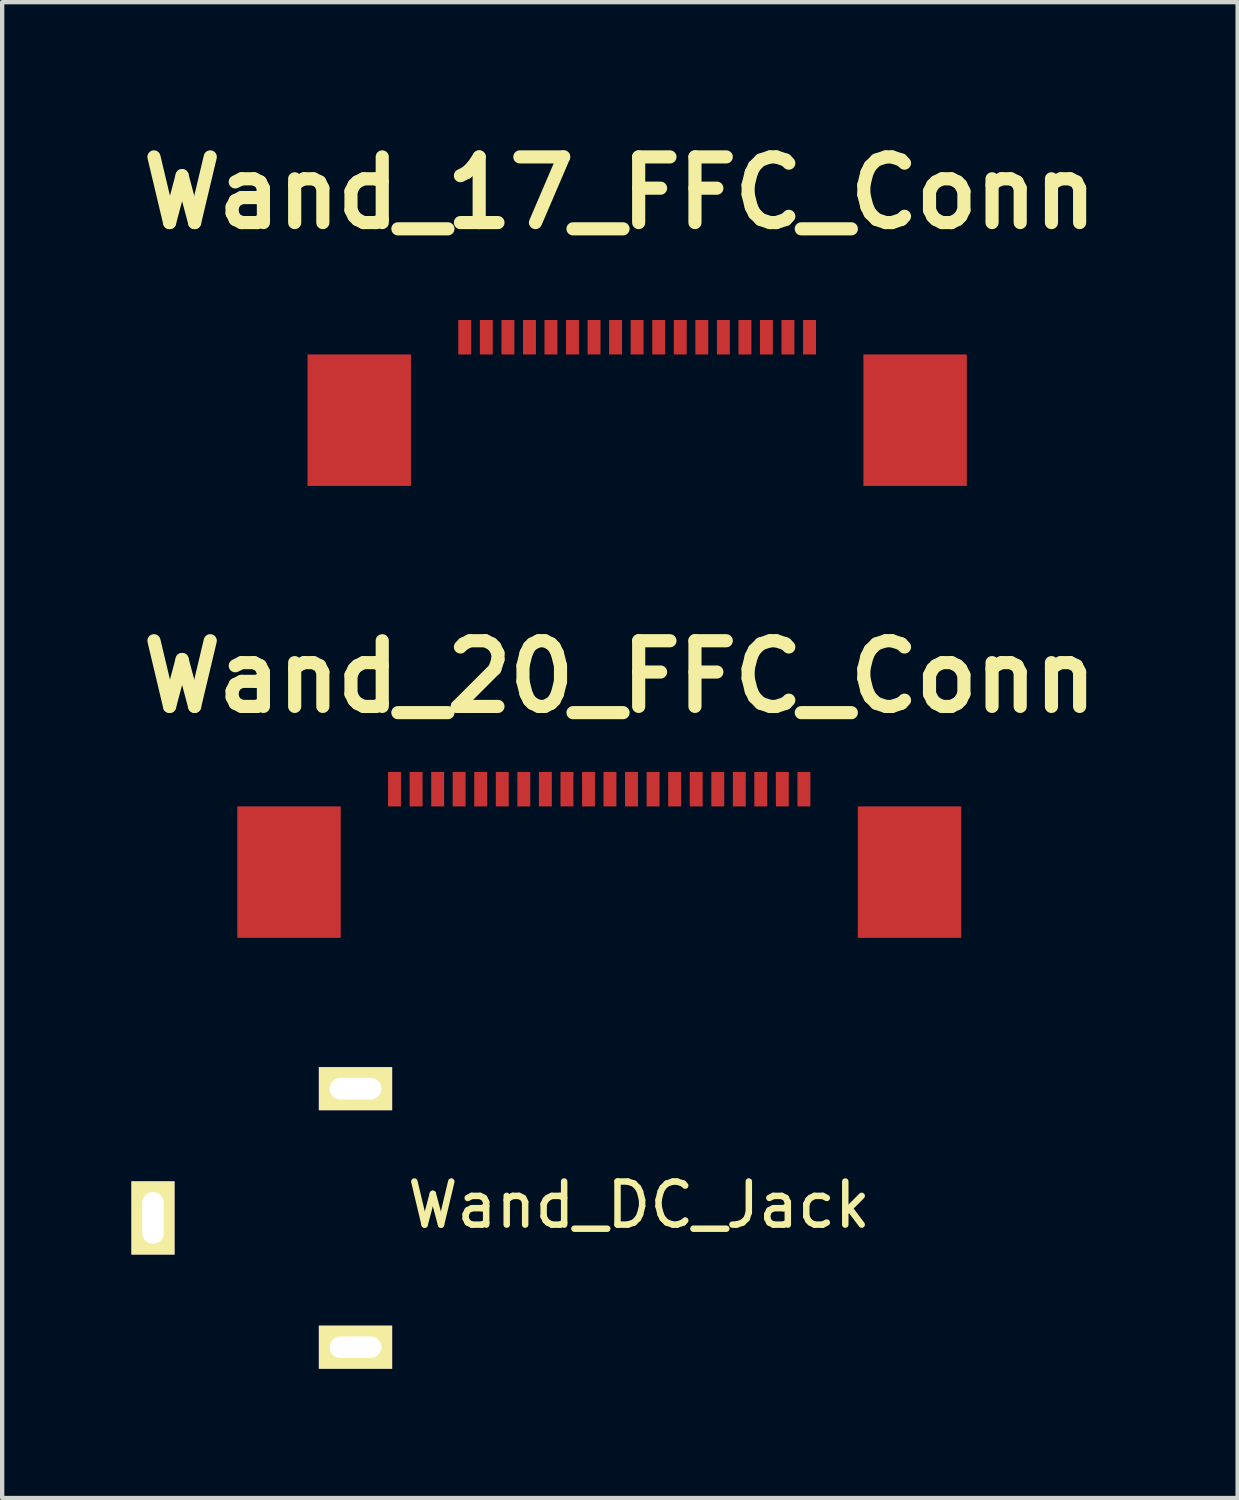
<source format=kicad_pcb>
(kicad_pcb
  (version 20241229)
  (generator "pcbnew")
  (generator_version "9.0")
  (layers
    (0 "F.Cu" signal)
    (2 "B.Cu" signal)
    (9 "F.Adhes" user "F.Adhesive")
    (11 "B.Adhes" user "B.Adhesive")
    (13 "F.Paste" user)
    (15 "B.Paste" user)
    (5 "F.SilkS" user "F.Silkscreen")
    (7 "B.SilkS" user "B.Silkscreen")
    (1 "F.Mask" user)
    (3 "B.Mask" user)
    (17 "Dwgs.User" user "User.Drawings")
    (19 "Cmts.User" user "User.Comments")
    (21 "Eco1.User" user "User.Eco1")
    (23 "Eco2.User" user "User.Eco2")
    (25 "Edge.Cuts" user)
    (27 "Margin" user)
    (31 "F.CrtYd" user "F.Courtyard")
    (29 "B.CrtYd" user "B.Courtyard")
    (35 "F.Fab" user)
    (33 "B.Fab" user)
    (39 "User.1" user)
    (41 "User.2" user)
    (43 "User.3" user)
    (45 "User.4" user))
  (footprint "Wand_17_FFC_Conn"
    (layer "F.Cu")
    (at 10.986 4.776)
    (property "Reference" "Wand_17_FFC_Conn" (at 0.35 -3.35 0) (layer "F.SilkS") (effects (font (size 1.524 1.524) (thickness 0.305))))
    (attr through_hole)
    (pad "" smd rect (at -5.699 1.925) (size 2.4 3.051) (layers "F.Cu" "F.Mask" "F.Paste"))
    (pad "" smd rect (at 7.201 1.925) (size 2.4 3.051) (layers "F.Cu" "F.Mask" "F.Paste"))
    (pad "1" smd rect (at 4.75 0) (size 0.3 0.8) (layers "F.Cu" "F.Mask" "F.Paste"))
    (pad "2" smd rect (at 4.249 0) (size 0.3 0.8) (layers "F.Cu" "F.Mask" "F.Paste"))
    (pad "3" smd rect (at 3.749 0) (size 0.3 0.8) (layers "F.Cu" "F.Mask" "F.Paste"))
    (pad "4" smd rect (at 3.251 0) (size 0.3 0.8) (layers "F.Cu" "F.Mask" "F.Paste"))
    (pad "5" smd rect (at 2.751 0) (size 0.3 0.8) (layers "F.Cu" "F.Mask" "F.Paste"))
    (pad "6" smd rect (at 2.25 0) (size 0.3 0.8) (layers "F.Cu" "F.Mask" "F.Paste"))
    (pad "7" smd rect (at 1.75 0) (size 0.3 0.8) (layers "F.Cu" "F.Mask" "F.Paste"))
    (pad "8" smd rect (at 1.25 0) (size 0.3 0.8) (layers "F.Cu" "F.Mask" "F.Paste"))
    (pad "9" smd rect (at 0.749 0) (size 0.3 0.8) (layers "F.Cu" "F.Mask" "F.Paste"))
    (pad "10" smd rect (at 0.249 0) (size 0.3 0.8) (layers "F.Cu" "F.Mask" "F.Paste"))
    (pad "11" smd rect (at -0.25 0) (size 0.3 0.8) (layers "F.Cu" "F.Mask" "F.Paste"))
    (pad "12" smd rect (at -0.751 0) (size 0.3 0.8) (layers "F.Cu" "F.Mask" "F.Paste"))
    (pad "13" smd rect (at -1.251 0) (size 0.3 0.8) (layers "F.Cu" "F.Mask" "F.Paste"))
    (pad "14" smd rect (at -1.749 0) (size 0.3 0.8) (layers "F.Cu" "F.Mask" "F.Paste"))
    (pad "15" smd rect (at -2.249 0) (size 0.3 0.8) (layers "F.Cu" "F.Mask" "F.Paste"))
    (pad "16" smd rect (at -2.75 0) (size 0.3 0.8) (layers "F.Cu" "F.Mask" "F.Paste"))
    (pad "17" smd rect (at -3.251 0) (size 0.3 0.8) (layers "F.Cu" "F.Mask" "F.Paste")))
  (footprint "Wand_20_FFC_Conn"
    (layer "F.Cu")
    (at 10.856 15.264)
    (property "Reference" "Wand_20_FFC_Conn" (at 0.48 -2.61 0) (layer "F.SilkS") (effects (font (size 1.524 1.524) (thickness 0.305))))
    (attr through_hole)
    (pad "" smd rect (at -7.199 1.925) (size 2.4 3.051) (layers "F.Cu" "F.Mask" "F.Paste"))
    (pad "" smd rect (at 7.201 1.925) (size 2.4 3.051) (layers "F.Cu" "F.Mask" "F.Paste"))
    (pad "1" smd rect (at 4.75 0) (size 0.3 0.8) (layers "F.Cu" "F.Mask" "F.Paste"))
    (pad "2" smd rect (at 4.249 0) (size 0.3 0.8) (layers "F.Cu" "F.Mask" "F.Paste"))
    (pad "3" smd rect (at 3.749 0) (size 0.3 0.8) (layers "F.Cu" "F.Mask" "F.Paste"))
    (pad "4" smd rect (at 3.251 0) (size 0.3 0.8) (layers "F.Cu" "F.Mask" "F.Paste"))
    (pad "5" smd rect (at 2.751 0) (size 0.3 0.8) (layers "F.Cu" "F.Mask" "F.Paste"))
    (pad "6" smd rect (at 2.25 0) (size 0.3 0.8) (layers "F.Cu" "F.Mask" "F.Paste"))
    (pad "7" smd rect (at 1.75 0) (size 0.3 0.8) (layers "F.Cu" "F.Mask" "F.Paste"))
    (pad "8" smd rect (at 1.25 0) (size 0.3 0.8) (layers "F.Cu" "F.Mask" "F.Paste"))
    (pad "9" smd rect (at 0.749 0) (size 0.3 0.8) (layers "F.Cu" "F.Mask" "F.Paste"))
    (pad "10" smd rect (at 0.249 0) (size 0.3 0.8) (layers "F.Cu" "F.Mask" "F.Paste"))
    (pad "11" smd rect (at -0.249 0) (size 0.3 0.8) (layers "F.Cu" "F.Mask" "F.Paste"))
    (pad "12" smd rect (at -0.749 0) (size 0.3 0.8) (layers "F.Cu" "F.Mask" "F.Paste"))
    (pad "13" smd rect (at -1.25 0) (size 0.3 0.8) (layers "F.Cu" "F.Mask" "F.Paste"))
    (pad "14" smd rect (at -1.75 0) (size 0.3 0.8) (layers "F.Cu" "F.Mask" "F.Paste"))
    (pad "15" smd rect (at -2.25 0) (size 0.3 0.8) (layers "F.Cu" "F.Mask" "F.Paste"))
    (pad "16" smd rect (at -2.751 0) (size 0.3 0.8) (layers "F.Cu" "F.Mask" "F.Paste"))
    (pad "17" smd rect (at -3.251 0) (size 0.3 0.8) (layers "F.Cu" "F.Mask" "F.Paste"))
    (pad "18" smd rect (at -3.749 0) (size 0.3 0.8) (layers "F.Cu" "F.Mask" "F.Paste"))
    (pad "19" smd rect (at -4.25 0) (size 0.3 0.8) (layers "F.Cu" "F.Mask" "F.Paste"))
    (pad "20" smd rect (at -4.751 0) (size 0.3 0.8) (layers "F.Cu" "F.Mask" "F.Paste")))
  (footprint "Wand_DC_Jack"
    (layer "F.Cu")
    (at 4 25.214)
    (property "Reference" "Wand_DC_Jack" (at 7.78 -0.3 0) (layer "F.SilkS") (effects (font (size 1 1) (thickness 0.15))))
    (attr through_hole)
    (pad "1" thru_hole rect (at 1.2 3) (size 1.7 1) (drill oval 1.2 0.5) (layers "*.Cu" "*.Mask" "F.SilkS"))
    (pad "2" thru_hole rect (at 1.2 -3) (size 1.7 1) (drill oval 1.2 0.5) (layers "*.Cu" "*.Mask" "F.SilkS"))
    (pad "3" thru_hole rect (at -3.5 0) (size 1 1.7) (drill oval 0.5 1.2) (layers "*.Cu" "*.Mask" "F.SilkS")))
  (gr_rect
    (start -3 -3)
    (end 25.671 31.714)
    (stroke (width 0.1) (type default))
    (fill no)
    (layer "Edge.Cuts")))
</source>
